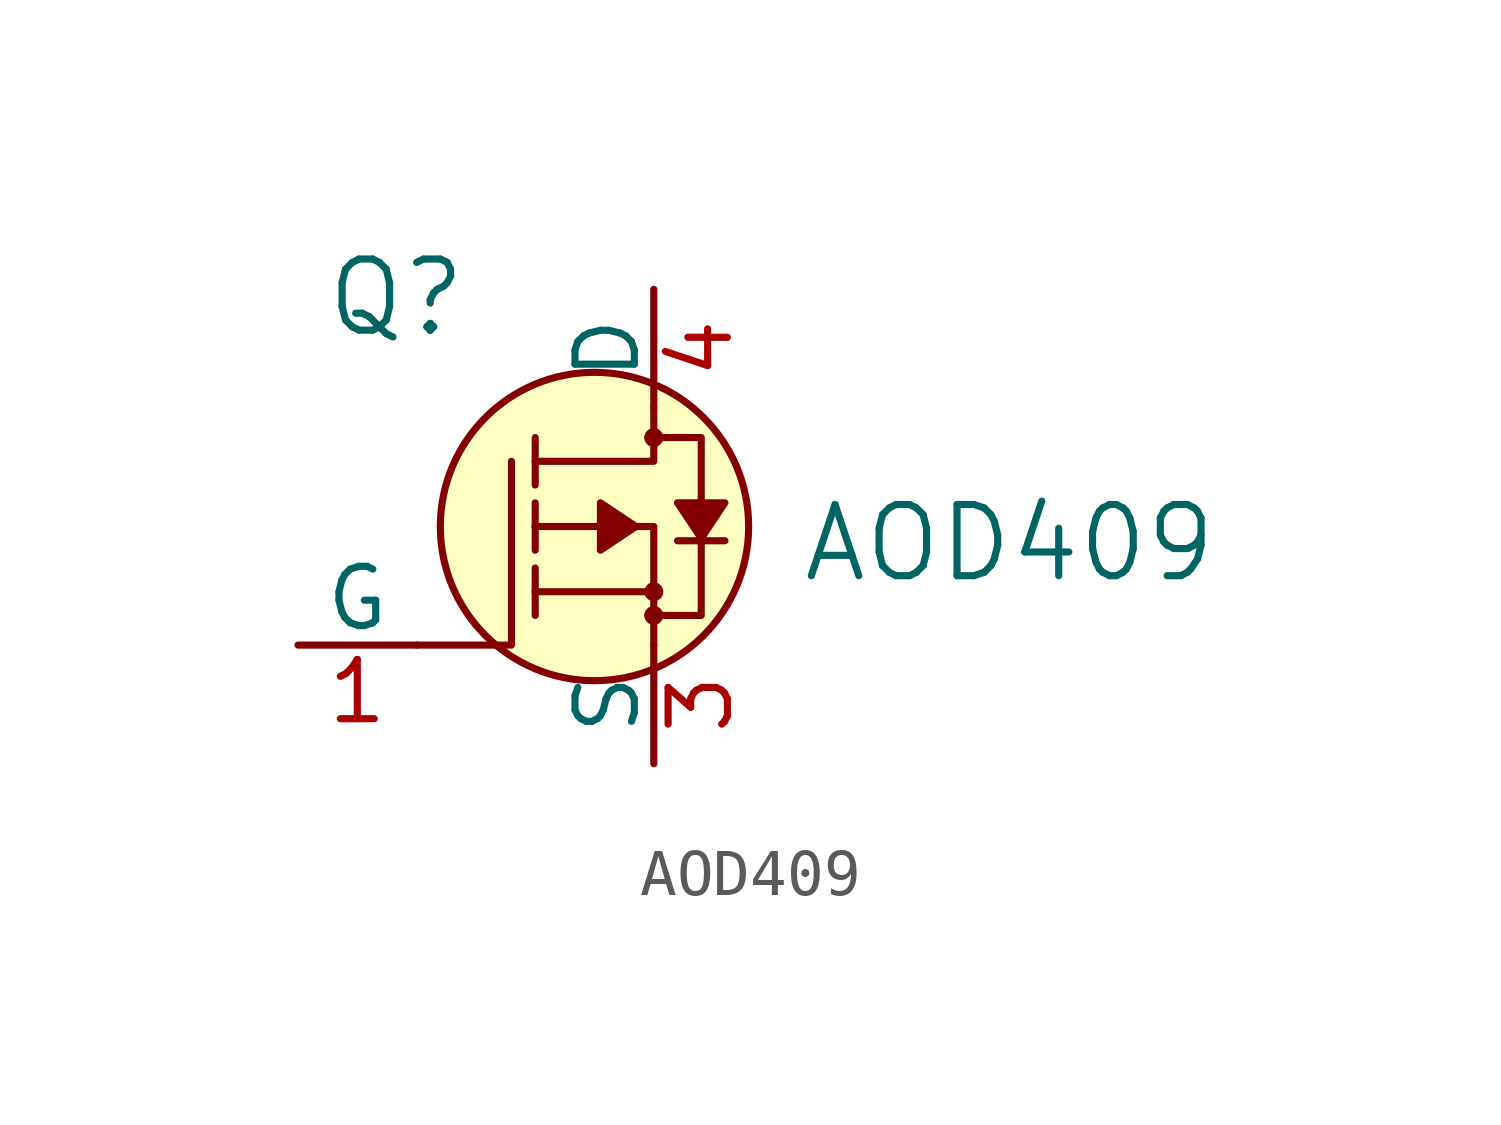
<source format=kicad_sym>
(kicad_symbol_lib
  (version 20211014)
  (generator kicad_symbol_editor)
  (symbol "AOD409"
    (pin_names
      (offset 0))
    (property "Reference" "Q"
      (at -3.962 4.902 0)
      (effects (font (size 1.524 1.524)) (justify right)))
    (property "Value" "AOD409"
      (at 7.62 -0.356 0)
      (effects (font (size 1.524 1.524))))
    (symbol "AOD409_0_1"
      (circle (center -1.27 0) (radius 3.302) (stroke (width 0) (type default) (color 0 0 0 0)) (fill (type background)))
      (circle (center 0 -1.905) (radius 0.127) (stroke (width 0) (type default) (color 0 0 0 0)) (fill (type none)))
      (circle (center 0 -1.397) (radius 0.127) (stroke (width 0) (type default) (color 0 0 0 0)) (fill (type none)))
      (polyline (pts (xy 0 -1.397) (xy -2.54 -1.397)) (stroke (width 0) (type default) (color 0 0 0 0)) (fill (type none)))
      (polyline (pts (xy -5.08 -2.54) (xy -3.048 -2.54) (xy -3.048 1.397)) (stroke (width 0) (type default) (color 0 0 0 0)) (fill (type none)))
      (polyline (pts (xy 0 -2.54) (xy 0 0) (xy -2.54 0)) (stroke (width 0) (type default) (color 0 0 0 0)) (fill (type none)))
      (polyline (pts (xy 0 2.54) (xy 0 1.397) (xy -2.54 1.397)) (stroke (width 0) (type default) (color 0 0 0 0)) (fill (type none)))
      (polyline (pts (xy -0.127 -1.905) (xy 1.016 -1.905) (xy 1.016 1.397) (xy 1.016 1.905) (xy -0.127 1.905)) (stroke (width 0) (type default) (color 0 0 0 0)) (fill (type none)))
      (circle (center 0 1.905) (radius 0.127) (stroke (width 0) (type default) (color 0 0 0 0)) (fill (type none))))
    (symbol "AOD409_1_1"
      (polyline (pts (xy -2.54 -1.397) (xy -2.54 -1.905)) (stroke (width 0) (type default) (color 0 0 0 0)) (fill (type none)))
      (polyline (pts (xy -2.54 -1.397) (xy -2.54 -0.889)) (stroke (width 0) (type default) (color 0 0 0 0)) (fill (type none)))
      (polyline (pts (xy -2.54 0) (xy -2.54 -0.508)) (stroke (width 0) (type default) (color 0 0 0 0)) (fill (type none)))
      (polyline (pts (xy -2.54 0) (xy -2.54 0.508)) (stroke (width 0) (type default) (color 0 0 0 0)) (fill (type none)))
      (polyline (pts (xy -2.54 1.905) (xy -2.54 0.889)) (stroke (width 0) (type default) (color 0 0 0 0)) (fill (type none)))
      (polyline (pts (xy 1.524 -0.305) (xy 0.508 -0.305)) (stroke (width 0) (type default) (color 0 0 0 0)) (fill (type none)))
      (polyline (pts (xy -0.381 0) (xy -1.143 0.508) (xy -1.143 -0.508) (xy -0.381 0)) (stroke (width 0) (type default) (color 0 0 0 0)) (fill (type outline)))
      (polyline (pts (xy 1.016 -0.254) (xy 0.508 0.508) (xy 1.524 0.508) (xy 1.016 -0.254)) (stroke (width 0) (type default) (color 0 0 0 0)) (fill (type outline)))
      (pin bidirectional line (at -7.62 -2.54 0) (length 2.54) (name "G" (effects (font (size 1.27 1.27)))) (number "1" (effects (font (size 1.27 1.27)))))
      (pin bidirectional line (at 0 -5.08 90) (length 2.54) (name "S" (effects (font (size 1.27 1.27)))) (number "3" (effects (font (size 1.27 1.27)))))
      (pin bidirectional line (at 0 5.08 270) (length 2.54) (name "D" (effects (font (size 1.27 1.27)))) (number "4" (effects (font (size 1.27 1.27))))))))
</source>
